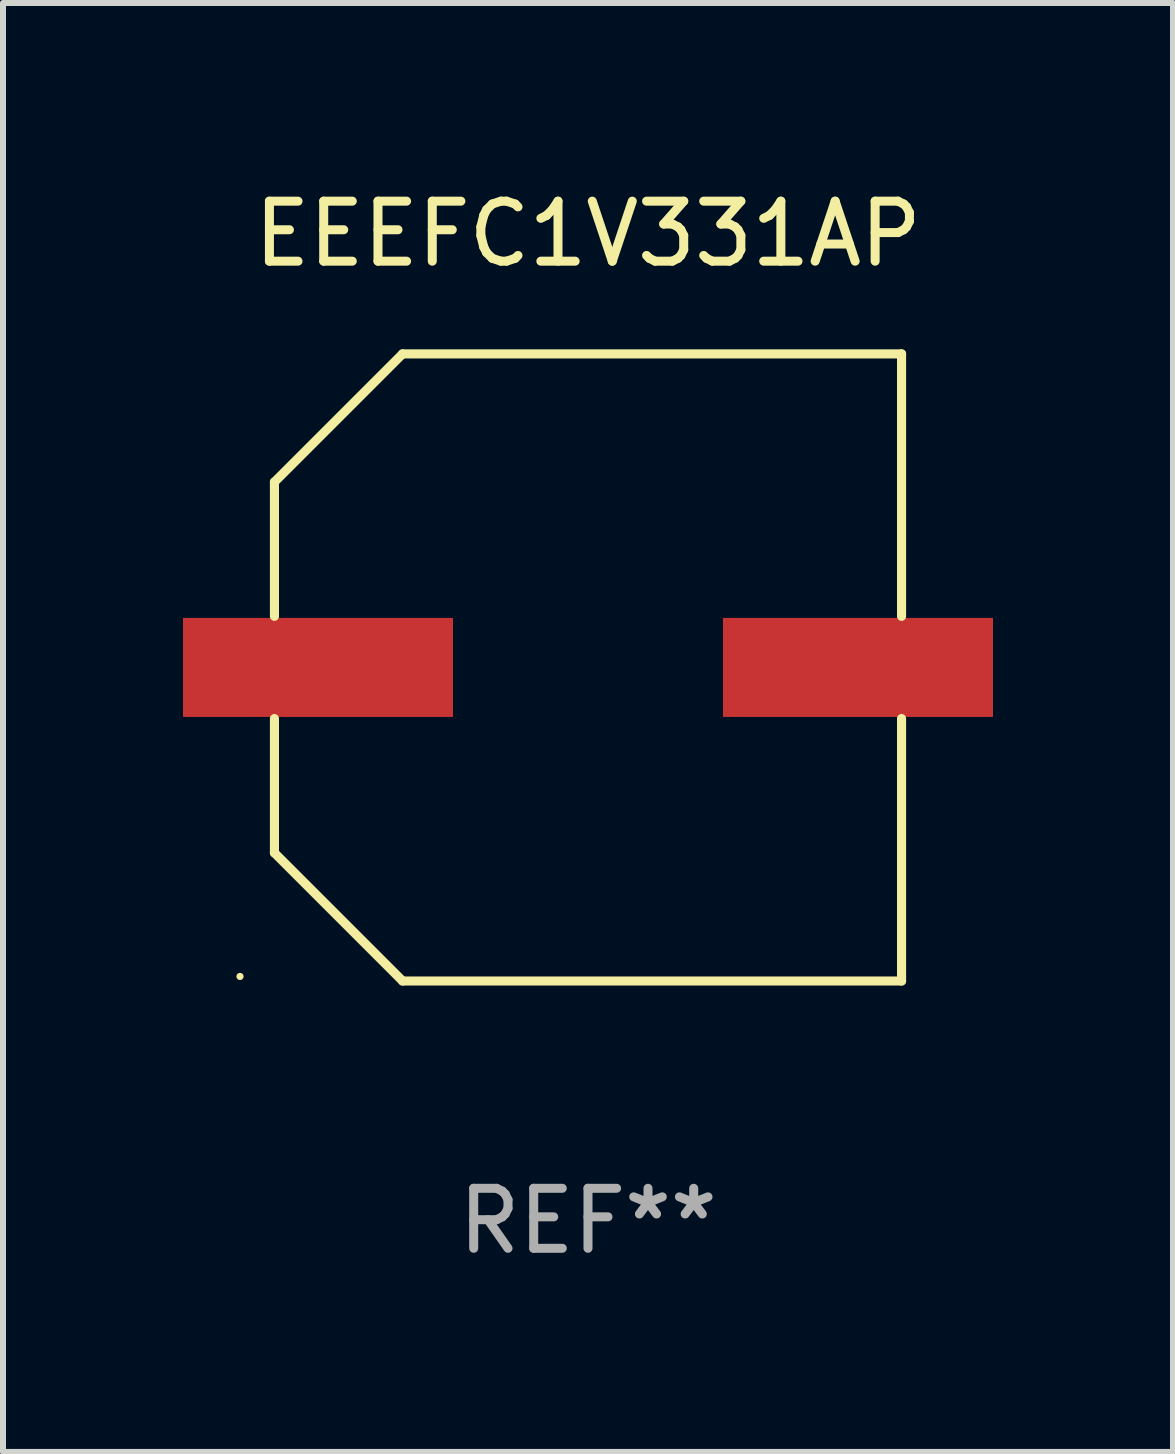
<source format=kicad_pcb>
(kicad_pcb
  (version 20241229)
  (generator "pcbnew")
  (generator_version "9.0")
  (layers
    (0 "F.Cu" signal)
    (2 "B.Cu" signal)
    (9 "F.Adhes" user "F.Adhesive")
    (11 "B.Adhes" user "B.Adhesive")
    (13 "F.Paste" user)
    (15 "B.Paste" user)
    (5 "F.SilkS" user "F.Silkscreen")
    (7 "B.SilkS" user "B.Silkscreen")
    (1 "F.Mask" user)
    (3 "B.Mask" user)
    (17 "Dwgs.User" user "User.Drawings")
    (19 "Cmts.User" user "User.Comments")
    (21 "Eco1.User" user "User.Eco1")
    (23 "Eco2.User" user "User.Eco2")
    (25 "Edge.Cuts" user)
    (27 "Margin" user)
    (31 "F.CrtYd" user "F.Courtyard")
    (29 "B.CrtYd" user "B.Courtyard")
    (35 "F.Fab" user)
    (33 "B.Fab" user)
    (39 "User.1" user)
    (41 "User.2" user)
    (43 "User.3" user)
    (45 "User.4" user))
  (footprint "EEEFC1V331AP"
    (layer "F.Cu")
    (at 6.75 8.074)
    (property "Reference" "EEEFC1V331AP" (at 0 -7.226 0) (layer "F.SilkS") (effects (font (size 1 1) (thickness 0.15))))
    (attr through_hole)
    (fp_line (start -5.226 -3.09) (end -5.226 -0.852) (stroke (width 0.152) (type solid)) (layer "F.SilkS"))
    (fp_line (start -5.226 3.09) (end -5.226 0.852) (stroke (width 0.152) (type solid)) (layer "F.SilkS"))
    (fp_line (start -3.09 -5.226) (end -5.226 -3.09) (stroke (width 0.152) (type solid)) (layer "F.SilkS"))
    (fp_line (start -3.09 5.226) (end -5.226 3.09) (stroke (width 0.152) (type solid)) (layer "F.SilkS"))
    (fp_line (start 5.226 -5.226) (end -3.09 -5.226) (stroke (width 0.152) (type solid)) (layer "F.SilkS"))
    (fp_line (start 5.226 -0.852) (end 5.226 -5.226) (stroke (width 0.152) (type solid)) (layer "F.SilkS"))
    (fp_line (start 5.226 0.852) (end 5.226 5.226) (stroke (width 0.152) (type solid)) (layer "F.SilkS"))
    (fp_line (start 5.226 5.226) (end -3.09 5.226) (stroke (width 0.152) (type solid)) (layer "F.SilkS"))
    (fp_circle (center -5.8 5.15) (end -5.77 5.15) (stroke (width 0.06) (type solid)) (fill no) (layer "F.SilkS"))
    (fp_text user "REF**" (at 0 9.226 0) (layer "F.Fab") (effects (font (size 1 1) (thickness 0.15))))
    (pad "1" smd rect (at -4.5 0) (size 4.5 1.65) (layers "F.Cu" "F.Mask" "F.Paste"))
    (pad "2" smd rect (at 4.5 0) (size 4.5 1.65) (layers "F.Cu" "F.Mask" "F.Paste")))
  (gr_rect
    (start -3 -3)
    (end 16.5 21.149)
    (stroke (width 0.1) (type default))
    (fill no)
    (layer "Edge.Cuts")))
</source>
